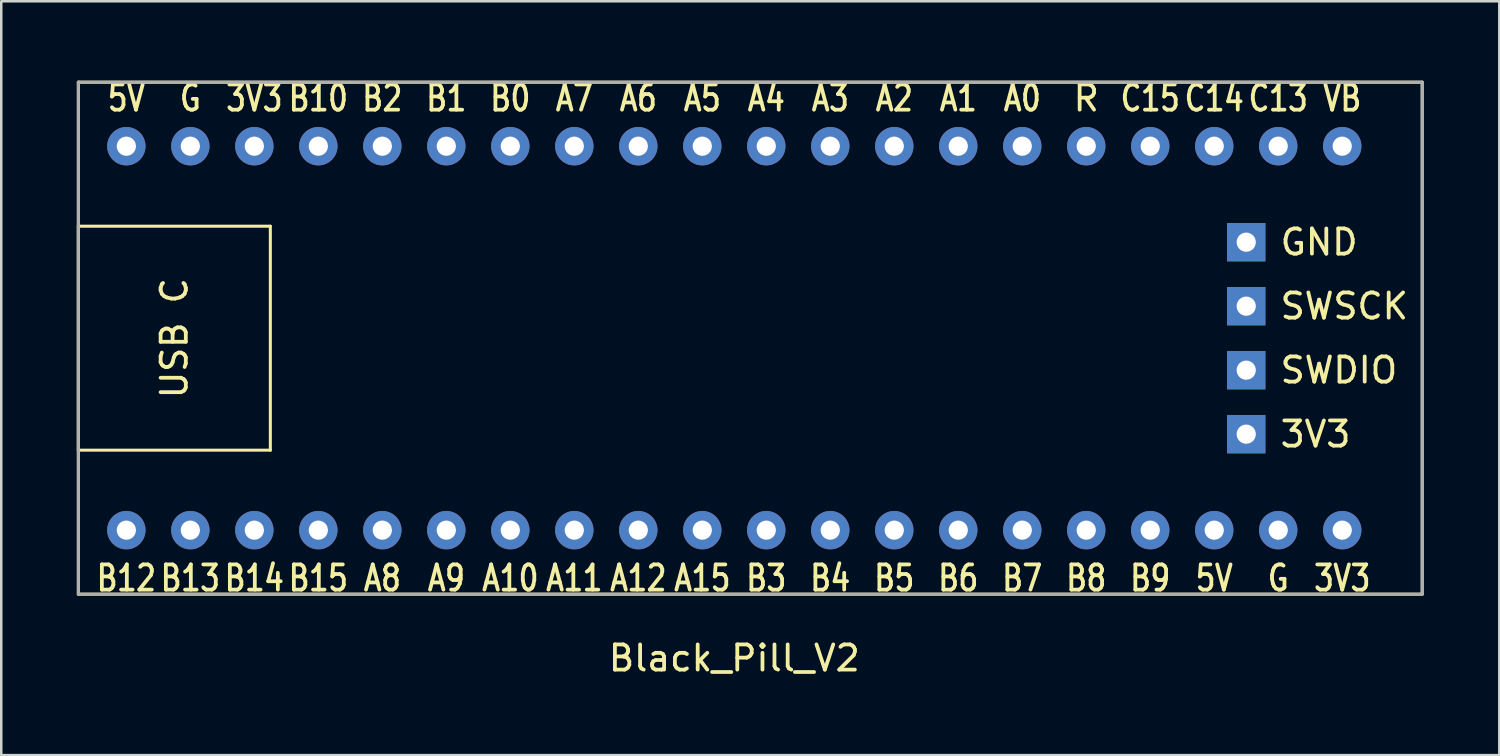
<source format=kicad_pcb>
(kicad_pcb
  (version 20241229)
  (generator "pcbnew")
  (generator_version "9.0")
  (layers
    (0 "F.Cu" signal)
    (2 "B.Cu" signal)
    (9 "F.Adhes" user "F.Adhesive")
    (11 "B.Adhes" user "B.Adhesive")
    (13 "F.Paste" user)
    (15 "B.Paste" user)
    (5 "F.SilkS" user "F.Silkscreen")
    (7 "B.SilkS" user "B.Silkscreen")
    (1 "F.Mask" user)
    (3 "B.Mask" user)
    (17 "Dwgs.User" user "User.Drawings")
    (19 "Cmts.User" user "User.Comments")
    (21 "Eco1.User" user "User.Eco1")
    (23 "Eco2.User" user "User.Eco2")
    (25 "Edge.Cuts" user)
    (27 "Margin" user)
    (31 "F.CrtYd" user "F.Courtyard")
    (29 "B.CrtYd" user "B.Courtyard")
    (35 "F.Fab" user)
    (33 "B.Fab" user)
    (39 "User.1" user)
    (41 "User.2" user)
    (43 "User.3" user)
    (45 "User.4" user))
  (footprint "Black_Pill_V2"
    (layer "F.Cu")
    (at 26.095 10.373)
    (property "Reference" "Black_Pill_V2" (at 0 12.7 0) (layer "F.SilkS") (effects (font (size 1 1) (thickness 0.15))))
    (attr through_hole)
    (fp_line (start -26.035 -10.16) (end 27.305 -10.16) (stroke (width 0.12) (type solid)) (layer "F.SilkS"))
    (fp_line (start -26.035 -4.445) (end -18.415 -4.445) (stroke (width 0.12) (type solid)) (layer "F.SilkS"))
    (fp_line (start -26.035 4.445) (end -26.035 -4.445) (stroke (width 0.12) (type solid)) (layer "F.SilkS"))
    (fp_line (start -26.035 10.16) (end -26.035 -10.16) (stroke (width 0.12) (type solid)) (layer "F.SilkS"))
    (fp_line (start -18.415 -4.445) (end -18.415 4.445) (stroke (width 0.12) (type solid)) (layer "F.SilkS"))
    (fp_line (start -18.415 4.445) (end -26.035 4.445) (stroke (width 0.12) (type solid)) (layer "F.SilkS"))
    (fp_line (start 27.305 -10.16) (end 27.305 10.16) (stroke (width 0.12) (type solid)) (layer "F.SilkS"))
    (fp_line (start 27.305 10.16) (end -26.035 10.16) (stroke (width 0.12) (type solid)) (layer "F.SilkS"))
    (fp_line (start -26.035 -10.16) (end -26.035 10.16) (stroke (width 0.12) (type solid)) (layer "F.Fab"))
    (fp_line (start -26.035 10.16) (end 27.305 10.16) (stroke (width 0.12) (type solid)) (layer "F.Fab"))
    (fp_line (start 27.305 -10.16) (end -26.035 -10.16) (stroke (width 0.12) (type solid)) (layer "F.Fab"))
    (fp_line (start 27.305 10.16) (end 27.305 -10.16) (stroke (width 0.12) (type solid)) (layer "F.Fab"))
    (fp_text user "B10" (at -16.51 -9.525 0) (layer "F.SilkS") (effects (font (size 1 0.8) (thickness 0.15))))
    (fp_text user "VB" (at 24.13 -9.525 0) (layer "F.SilkS") (effects (font (size 1 0.8) (thickness 0.15))))
    (fp_text user "A8" (at -13.97 9.525 0) (layer "F.SilkS") (effects (font (size 1 0.8) (thickness 0.15))))
    (fp_text user "GND" (at 21.59 -3.81 0) (layer "F.SilkS") (effects (font (size 1 1) (thickness 0.15)) (justify left)))
    (fp_text user "A1" (at 8.89 -9.525 0) (layer "F.SilkS") (effects (font (size 1 0.8) (thickness 0.15))))
    (fp_text user "3V3" (at 24.13 9.525 0) (layer "F.SilkS") (effects (font (size 1 0.8) (thickness 0.15))))
    (fp_text user "A5" (at -1.27 -9.525 0) (layer "F.SilkS") (effects (font (size 1 0.8) (thickness 0.15))))
    (fp_text user "3V3" (at -19.05 -9.525 0) (layer "F.SilkS") (effects (font (size 1 0.8) (thickness 0.15))))
    (fp_text user "B15" (at -16.51 9.525 0) (layer "F.SilkS") (effects (font (size 1 0.8) (thickness 0.15))))
    (fp_text user "B14" (at -19.05 9.525 0) (layer "F.SilkS") (effects (font (size 1 0.8) (thickness 0.15))))
    (fp_text user "A9" (at -11.43 9.525 0) (layer "F.SilkS") (effects (font (size 1 0.8) (thickness 0.15))))
    (fp_text user "A2" (at 6.35 -9.525 0) (layer "F.SilkS") (effects (font (size 1 0.8) (thickness 0.15))))
    (fp_text user "B12" (at -24.13 9.525 0) (layer "F.SilkS") (effects (font (size 1 0.8) (thickness 0.15))))
    (fp_text user "A4" (at 1.27 -9.525 0) (layer "F.SilkS") (effects (font (size 1 0.8) (thickness 0.15))))
    (fp_text user "5V" (at -24.13 -9.525 0) (layer "F.SilkS") (effects (font (size 1 0.8) (thickness 0.15))))
    (fp_text user "B5" (at 6.35 9.525 0) (layer "F.SilkS") (effects (font (size 1 0.8) (thickness 0.15))))
    (fp_text user "SWSCK" (at 21.59 -1.27 0) (layer "F.SilkS") (effects (font (size 1 1) (thickness 0.15)) (justify left)))
    (fp_text user "B2" (at -13.97 -9.525 0) (layer "F.SilkS") (effects (font (size 1 0.8) (thickness 0.15))))
    (fp_text user "3V3" (at 21.59 3.81 0) (layer "F.SilkS") (effects (font (size 1 1) (thickness 0.15)) (justify left)))
    (fp_text user "C15" (at 16.51 -9.525 0) (layer "F.SilkS") (effects (font (size 1 0.8) (thickness 0.15))))
    (fp_text user "A3" (at 3.81 -9.525 0) (layer "F.SilkS") (effects (font (size 1 0.8) (thickness 0.15))))
    (fp_text user "B8" (at 13.97 9.525 0) (layer "F.SilkS") (effects (font (size 1 0.8) (thickness 0.15))))
    (fp_text user "A7" (at -6.35 -9.525 0) (layer "F.SilkS") (effects (font (size 1 0.8) (thickness 0.15))))
    (fp_text user "B1" (at -11.43 -9.525 0) (layer "F.SilkS") (effects (font (size 1 0.8) (thickness 0.15))))
    (fp_text user "B6" (at 8.89 9.525 0) (layer "F.SilkS") (effects (font (size 1 0.8) (thickness 0.15))))
    (fp_text user "A6" (at -3.81 -9.525 0) (layer "F.SilkS") (effects (font (size 1 0.8) (thickness 0.15))))
    (fp_text user "A0" (at 11.43 -9.525 0) (layer "F.SilkS") (effects (font (size 1 0.8) (thickness 0.15))))
    (fp_text user "SWDIO" (at 21.59 1.27 0) (layer "F.SilkS") (effects (font (size 1 1) (thickness 0.15)) (justify left)))
    (fp_text user "G" (at -21.59 -9.525 0) (layer "F.SilkS") (effects (font (size 1 0.8) (thickness 0.15))))
    (fp_text user "5V" (at 19.05 9.525 0) (layer "F.SilkS") (effects (font (size 1 0.8) (thickness 0.15))))
    (fp_text user "A15" (at -1.27 9.525 0) (layer "F.SilkS") (effects (font (size 1 0.8) (thickness 0.15))))
    (fp_text user "B4" (at 3.81 9.525 0) (layer "F.SilkS") (effects (font (size 1 0.8) (thickness 0.15))))
    (fp_text user "B9" (at 16.51 9.525 0) (layer "F.SilkS") (effects (font (size 1 0.8) (thickness 0.15))))
    (fp_text user "B7" (at 11.43 9.525 0) (layer "F.SilkS") (effects (font (size 1 0.8) (thickness 0.15))))
    (fp_text user "A10" (at -8.89 9.525 0) (layer "F.SilkS") (effects (font (size 1 0.8) (thickness 0.15))))
    (fp_text user "B0" (at -8.89 -9.525 0) (layer "F.SilkS") (effects (font (size 1 0.8) (thickness 0.15))))
    (fp_text user "A12" (at -3.81 9.525 0) (layer "F.SilkS") (effects (font (size 1 0.8) (thickness 0.15))))
    (fp_text user "B13" (at -21.59 9.525 0) (layer "F.SilkS") (effects (font (size 1 0.8) (thickness 0.15))))
    (fp_text user "B3" (at 1.27 9.525 0) (layer "F.SilkS") (effects (font (size 1 0.8) (thickness 0.15))))
    (fp_text user "C13" (at 21.59 -9.525 0) (layer "F.SilkS") (effects (font (size 1 0.8) (thickness 0.15))))
    (fp_text user "R" (at 13.97 -9.525 0) (layer "F.SilkS") (effects (font (size 1 1) (thickness 0.15))))
    (fp_text user "C14" (at 19.05 -9.525 0) (layer "F.SilkS") (effects (font (size 1 0.8) (thickness 0.15))))
    (fp_text user "A11" (at -6.35 9.525 0) (layer "F.SilkS") (effects (font (size 1 0.8) (thickness 0.15))))
    (fp_text user "G" (at 21.59 9.525 0) (layer "F.SilkS") (effects (font (size 1 0.8) (thickness 0.15))))
    (fp_text user "USB C" (at -22.225 0 90) (layer "F.SilkS") (effects (font (size 1 1) (thickness 0.15))))
    (pad "1" thru_hole circle (at -24.13 7.62) (size 1.524 1.524) (drill 0.762) (layers "*.Cu" "*.Mask"))
    (pad "2" thru_hole circle (at -21.59 7.62) (size 1.524 1.524) (drill 0.762) (layers "*.Cu" "*.Mask"))
    (pad "3" thru_hole circle (at -19.05 7.62) (size 1.524 1.524) (drill 0.762) (layers "*.Cu" "*.Mask"))
    (pad "4" thru_hole circle (at -16.51 7.62) (size 1.524 1.524) (drill 0.762) (layers "*.Cu" "*.Mask"))
    (pad "5" thru_hole circle (at -13.97 7.62) (size 1.524 1.524) (drill 0.762) (layers "*.Cu" "*.Mask"))
    (pad "6" thru_hole circle (at -11.43 7.62) (size 1.524 1.524) (drill 0.762) (layers "*.Cu" "*.Mask"))
    (pad "7" thru_hole circle (at -8.89 7.62) (size 1.524 1.524) (drill 0.762) (layers "*.Cu" "*.Mask"))
    (pad "8" thru_hole circle (at -6.35 7.62) (size 1.524 1.524) (drill 0.762) (layers "*.Cu" "*.Mask"))
    (pad "9" thru_hole circle (at -3.81 7.62) (size 1.524 1.524) (drill 0.762) (layers "*.Cu" "*.Mask"))
    (pad "10" thru_hole circle (at -1.27 7.62) (size 1.524 1.524) (drill 0.762) (layers "*.Cu" "*.Mask"))
    (pad "11" thru_hole circle (at 1.27 7.62) (size 1.524 1.524) (drill 0.762) (layers "*.Cu" "*.Mask"))
    (pad "12" thru_hole circle (at 3.81 7.62) (size 1.524 1.524) (drill 0.762) (layers "*.Cu" "*.Mask"))
    (pad "13" thru_hole circle (at 6.35 7.62) (size 1.524 1.524) (drill 0.762) (layers "*.Cu" "*.Mask"))
    (pad "14" thru_hole circle (at 8.89 7.62) (size 1.524 1.524) (drill 0.762) (layers "*.Cu" "*.Mask"))
    (pad "15" thru_hole circle (at 11.43 7.62) (size 1.524 1.524) (drill 0.762) (layers "*.Cu" "*.Mask"))
    (pad "16" thru_hole circle (at 13.97 7.62) (size 1.524 1.524) (drill 0.762) (layers "*.Cu" "*.Mask"))
    (pad "17" thru_hole circle (at 16.51 7.62) (size 1.524 1.524) (drill 0.762) (layers "*.Cu" "*.Mask"))
    (pad "18" thru_hole circle (at 19.05 7.62) (size 1.524 1.524) (drill 0.762) (layers "*.Cu" "*.Mask"))
    (pad "19" thru_hole circle (at 21.59 7.62) (size 1.524 1.524) (drill 0.762) (layers "*.Cu" "*.Mask"))
    (pad "20" thru_hole circle (at 24.13 7.62) (size 1.524 1.524) (drill 0.762) (layers "*.Cu" "*.Mask"))
    (pad "21" thru_hole circle (at -24.13 -7.62) (size 1.524 1.524) (drill 0.762) (layers "*.Cu" "*.Mask"))
    (pad "22" thru_hole circle (at -21.59 -7.62) (size 1.524 1.524) (drill 0.762) (layers "*.Cu" "*.Mask"))
    (pad "23" thru_hole circle (at -19.05 -7.62) (size 1.524 1.524) (drill 0.762) (layers "*.Cu" "*.Mask"))
    (pad "24" thru_hole circle (at -16.51 -7.62) (size 1.524 1.524) (drill 0.762) (layers "*.Cu" "*.Mask"))
    (pad "25" thru_hole circle (at -13.97 -7.62) (size 1.524 1.524) (drill 0.762) (layers "*.Cu" "*.Mask"))
    (pad "26" thru_hole circle (at -11.43 -7.62) (size 1.524 1.524) (drill 0.762) (layers "*.Cu" "*.Mask"))
    (pad "27" thru_hole circle (at -8.89 -7.62) (size 1.524 1.524) (drill 0.762) (layers "*.Cu" "*.Mask"))
    (pad "28" thru_hole circle (at -6.35 -7.62) (size 1.524 1.524) (drill 0.762) (layers "*.Cu" "*.Mask"))
    (pad "29" thru_hole circle (at -3.81 -7.62) (size 1.524 1.524) (drill 0.762) (layers "*.Cu" "*.Mask"))
    (pad "30" thru_hole circle (at -1.27 -7.62) (size 1.524 1.524) (drill 0.762) (layers "*.Cu" "*.Mask"))
    (pad "31" thru_hole circle (at 1.27 -7.62) (size 1.524 1.524) (drill 0.762) (layers "*.Cu" "*.Mask"))
    (pad "32" thru_hole circle (at 3.81 -7.62) (size 1.524 1.524) (drill 0.762) (layers "*.Cu" "*.Mask"))
    (pad "33" thru_hole circle (at 6.35 -7.62) (size 1.524 1.524) (drill 0.762) (layers "*.Cu" "*.Mask"))
    (pad "34" thru_hole circle (at 8.89 -7.62) (size 1.524 1.524) (drill 0.762) (layers "*.Cu" "*.Mask"))
    (pad "35" thru_hole circle (at 11.43 -7.62) (size 1.524 1.524) (drill 0.762) (layers "*.Cu" "*.Mask"))
    (pad "36" thru_hole circle (at 13.97 -7.62) (size 1.524 1.524) (drill 0.762) (layers "*.Cu" "*.Mask"))
    (pad "37" thru_hole circle (at 16.51 -7.62) (size 1.524 1.524) (drill 0.762) (layers "*.Cu" "*.Mask"))
    (pad "38" thru_hole circle (at 19.05 -7.62) (size 1.524 1.524) (drill 0.762) (layers "*.Cu" "*.Mask"))
    (pad "39" thru_hole circle (at 21.59 -7.62) (size 1.524 1.524) (drill 0.762) (layers "*.Cu" "*.Mask"))
    (pad "40" thru_hole circle (at 24.13 -7.62) (size 1.524 1.524) (drill 0.762) (layers "*.Cu" "*.Mask"))
    (pad "41" thru_hole rect (at 20.32 -3.81) (size 1.524 1.524) (drill 0.762) (layers "*.Cu" "*.Mask"))
    (pad "42" thru_hole rect (at 20.32 -1.27) (size 1.524 1.524) (drill 0.762) (layers "*.Cu" "*.Mask"))
    (pad "43" thru_hole rect (at 20.32 1.27) (size 1.524 1.524) (drill 0.762) (layers "*.Cu" "*.Mask"))
    (pad "44" thru_hole rect (at 20.32 3.81) (size 1.524 1.524) (drill 0.762) (layers "*.Cu" "*.Mask")))
  (gr_rect
    (start -3 -3)
    (end 56.46 26.922)
    (stroke (width 0.1) (type default))
    (fill no)
    (layer "Edge.Cuts")))
</source>
